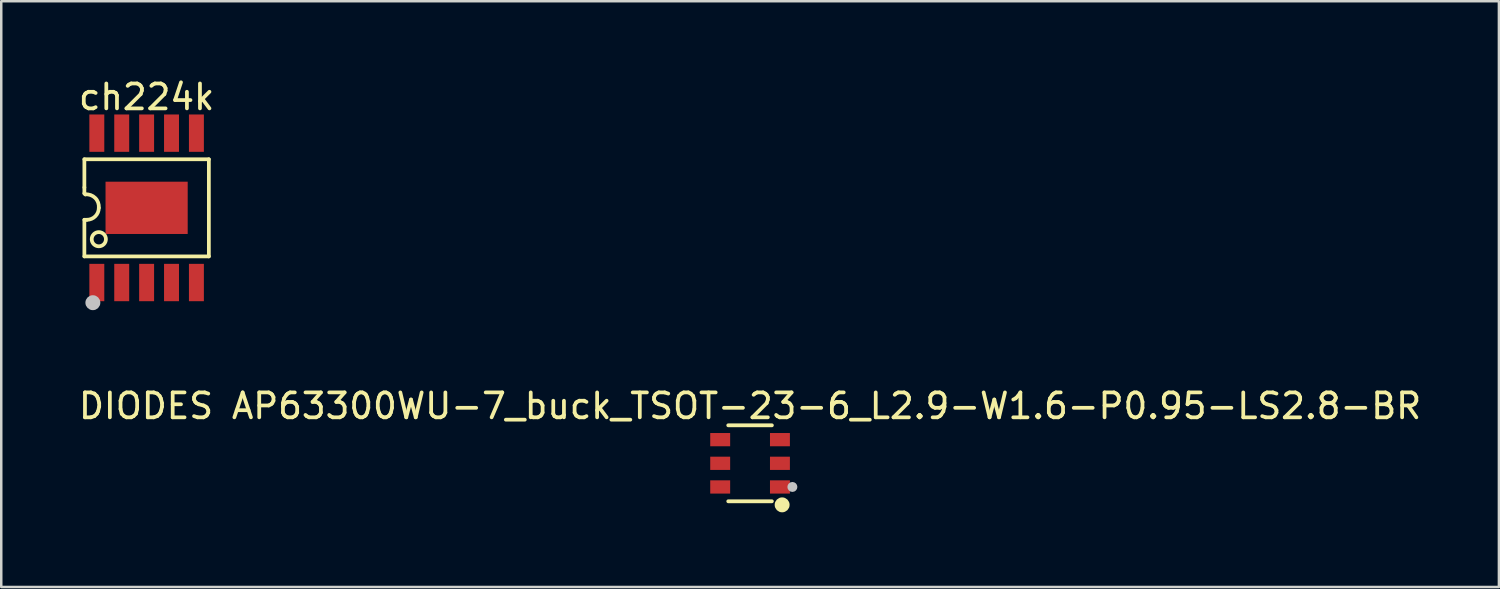
<source format=kicad_pcb>
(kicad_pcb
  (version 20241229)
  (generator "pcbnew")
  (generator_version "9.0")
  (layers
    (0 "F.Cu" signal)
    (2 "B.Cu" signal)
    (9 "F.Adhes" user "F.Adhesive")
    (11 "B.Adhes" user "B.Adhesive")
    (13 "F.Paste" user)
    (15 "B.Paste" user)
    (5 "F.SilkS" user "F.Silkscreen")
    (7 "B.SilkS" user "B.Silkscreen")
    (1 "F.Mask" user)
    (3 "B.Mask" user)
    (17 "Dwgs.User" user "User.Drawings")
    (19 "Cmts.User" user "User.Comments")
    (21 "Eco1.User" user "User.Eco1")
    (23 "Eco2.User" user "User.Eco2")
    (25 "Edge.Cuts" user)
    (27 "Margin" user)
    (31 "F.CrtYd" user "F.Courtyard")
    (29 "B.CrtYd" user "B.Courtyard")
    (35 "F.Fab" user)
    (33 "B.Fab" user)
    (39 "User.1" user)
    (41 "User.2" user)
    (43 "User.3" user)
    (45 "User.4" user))
  (footprint "ch224k"
    (layer "F.Cu")
    (at 2.839 5.298)
    (property "Reference" "ch224k" (at 0 -4.45 0) (layer "F.SilkS") (effects (font (size 1 1) (thickness 0.15))))
    (fp_line (start -2.5 -1.95) (end 2.5 -1.95) (stroke (width 0.15) (type default)) (layer "F.SilkS"))
    (fp_line (start -2.5 -0.82) (end -2.5 -1.95) (stroke (width 0.15) (type default)) (layer "F.SilkS"))
    (fp_line (start -2.5 -0.58) (end -2.5 -0.82) (stroke (width 0.15) (type default)) (layer "F.SilkS"))
    (fp_line (start -2.5 0.48) (end -2.4 0.48) (stroke (width 0.15) (type default)) (layer "F.SilkS"))
    (fp_line (start -2.5 1.95) (end -2.5 0.48) (stroke (width 0.15) (type default)) (layer "F.SilkS"))
    (fp_line (start -2.5 1.95) (end 2.5 1.95) (stroke (width 0.15) (type default)) (layer "F.SilkS"))
    (fp_line (start -2.46 -0.54) (end -2.5 -0.58) (stroke (width 0.15) (type default)) (layer "F.SilkS"))
    (fp_line (start 2.5 1.95) (end 2.5 -1.95) (stroke (width 0.15) (type default)) (layer "F.SilkS"))
    (fp_arc (start -2.46 -0.54) (mid -2.063898 -0.396102) (end -1.92 0) (stroke (width 0.15) (type default)) (layer "F.SilkS"))
    (fp_arc (start -1.92 0) (mid -2.060589 0.339411) (end -2.4 0.48) (stroke (width 0.15) (type default)) (layer "F.SilkS"))
    (fp_circle (center -1.92 1.26) (end -1.635 1.26) (stroke (width 0.15) (type default)) (fill no) (layer "F.SilkS"))
    (fp_circle (center -2.159 3.81) (end -2.009 3.81) (stroke (width 0.3) (type default)) (fill no) (layer "Dwgs.User"))
    (fp_poly (pts (xy -2.2 -2.38) (xy -2.2 -3) (xy -1.8 -3) (xy -1.8 -2.38)) (stroke (width 0.1) (type default)) (fill no) (layer "User.1"))
    (fp_poly (pts (xy -2.2 -1.94) (xy -2.2 -2.39) (xy -1.8 -2.39) (xy -1.8 -1.94)) (stroke (width 0.1) (type default)) (fill no) (layer "User.1"))
    (fp_poly (pts (xy -2.2 2.39) (xy -2.2 1.94) (xy -1.8 1.94) (xy -1.8 2.39)) (stroke (width 0.1) (type default)) (fill no) (layer "User.1"))
    (fp_poly (pts (xy -2.2 3) (xy -2.2 2.38) (xy -1.8 2.38) (xy -1.8 3)) (stroke (width 0.1) (type default)) (fill no) (layer "User.1"))
    (fp_poly (pts (xy -1.2 -2.38) (xy -1.2 -3) (xy -0.8 -3) (xy -0.8 -2.38)) (stroke (width 0.1) (type default)) (fill no) (layer "User.1"))
    (fp_poly (pts (xy -1.2 -1.94) (xy -1.2 -2.39) (xy -0.8 -2.39) (xy -0.8 -1.94)) (stroke (width 0.1) (type default)) (fill no) (layer "User.1"))
    (fp_poly (pts (xy -1.2 2.39) (xy -1.2 1.94) (xy -0.8 1.94) (xy -0.8 2.39)) (stroke (width 0.1) (type default)) (fill no) (layer "User.1"))
    (fp_poly (pts (xy -1.2 3) (xy -1.2 2.38) (xy -0.8 2.38) (xy -0.8 3)) (stroke (width 0.1) (type default)) (fill no) (layer "User.1"))
    (fp_poly (pts (xy -0.2 -2.38) (xy -0.2 -3) (xy 0.2 -3) (xy 0.2 -2.38)) (stroke (width 0.1) (type default)) (fill no) (layer "User.1"))
    (fp_poly (pts (xy -0.2 -1.94) (xy -0.2 -2.39) (xy 0.2 -2.39) (xy 0.2 -1.94)) (stroke (width 0.1) (type default)) (fill no) (layer "User.1"))
    (fp_poly (pts (xy -0.2 2.39) (xy -0.2 1.94) (xy 0.2 1.94) (xy 0.2 2.39)) (stroke (width 0.1) (type default)) (fill no) (layer "User.1"))
    (fp_poly (pts (xy -0.2 3) (xy -0.2 2.38) (xy 0.2 2.38) (xy 0.2 3)) (stroke (width 0.1) (type default)) (fill no) (layer "User.1"))
    (fp_poly (pts (xy 0.8 -2.38) (xy 0.8 -3) (xy 1.2 -3) (xy 1.2 -2.38)) (stroke (width 0.1) (type default)) (fill no) (layer "User.1"))
    (fp_poly (pts (xy 0.8 -1.94) (xy 0.8 -2.39) (xy 1.2 -2.39) (xy 1.2 -1.94)) (stroke (width 0.1) (type default)) (fill no) (layer "User.1"))
    (fp_poly (pts (xy 0.8 2.39) (xy 0.8 1.94) (xy 1.2 1.94) (xy 1.2 2.39)) (stroke (width 0.1) (type default)) (fill no) (layer "User.1"))
    (fp_poly (pts (xy 0.8 3) (xy 0.8 2.38) (xy 1.2 2.38) (xy 1.2 3)) (stroke (width 0.1) (type default)) (fill no) (layer "User.1"))
    (fp_poly (pts (xy 1.65 1.05) (xy -1.65 1.05) (xy -1.65 -1.05) (xy 1.65 -1.05)) (stroke (width 0.1) (type default)) (fill no) (layer "User.1"))
    (fp_poly (pts (xy 1.8 -2.38) (xy 1.8 -3) (xy 2.2 -3) (xy 2.2 -2.38)) (stroke (width 0.1) (type default)) (fill no) (layer "User.1"))
    (fp_poly (pts (xy 1.8 -1.94) (xy 1.8 -2.39) (xy 2.2 -2.39) (xy 2.2 -1.94)) (stroke (width 0.1) (type default)) (fill no) (layer "User.1"))
    (fp_poly (pts (xy 1.8 2.39) (xy 1.8 1.94) (xy 2.2 1.94) (xy 2.2 2.39)) (stroke (width 0.1) (type default)) (fill no) (layer "User.1"))
    (fp_poly (pts (xy 1.8 3) (xy 1.8 2.38) (xy 2.2 2.38) (xy 2.2 3)) (stroke (width 0.1) (type default)) (fill no) (layer "User.1"))
    (fp_line (start -2.45 -1.95) (end 2.45 -1.95) (stroke (width 0.051) (type default)) (layer "User.2"))
    (fp_line (start -2.45 1.95) (end -2.45 -1.95) (stroke (width 0.051) (type default)) (layer "User.2"))
    (fp_line (start 2.45 -1.95) (end 2.45 1.95) (stroke (width 0.051) (type default)) (layer "User.2"))
    (fp_line (start 2.45 1.95) (end -2.45 1.95) (stroke (width 0.051) (type default)) (layer "User.2"))
    (fp_poly (pts (xy -2.395 2.977) (xy -2.427 2.945) (xy -2.473 2.945) (xy -2.505 2.977) (xy -2.505 3.023) (xy -2.473 3.055) (xy -2.427 3.055) (xy -2.395 3.023)) (stroke (width 0.1) (type default)) (fill no) (layer "User.3"))
    (pad "1" smd rect (at -2 3 90) (size 1.5 0.6) (layers "F.Cu" "F.Mask" "F.Paste"))
    (pad "2" smd rect (at -1 3 90) (size 1.5 0.6) (layers "F.Cu" "F.Mask" "F.Paste"))
    (pad "3" smd rect (at 0 3 90) (size 1.5 0.6) (layers "F.Cu" "F.Mask" "F.Paste"))
    (pad "4" smd rect (at 1 3 90) (size 1.5 0.6) (layers "F.Cu" "F.Mask" "F.Paste"))
    (pad "5" smd rect (at 2 3 90) (size 1.5 0.6) (layers "F.Cu" "F.Mask" "F.Paste"))
    (pad "6" smd rect (at 2 -3 90) (size 1.5 0.6) (layers "F.Cu" "F.Mask" "F.Paste"))
    (pad "7" smd rect (at 1 -3 90) (size 1.5 0.6) (layers "F.Cu" "F.Mask" "F.Paste"))
    (pad "8" smd rect (at 0 -3 90) (size 1.5 0.6) (layers "F.Cu" "F.Mask" "F.Paste"))
    (pad "9" smd rect (at -1 -3 90) (size 1.5 0.6) (layers "F.Cu" "F.Mask" "F.Paste"))
    (pad "10" smd rect (at -2 -3 90) (size 1.5 0.6) (layers "F.Cu" "F.Mask" "F.Paste"))
    (pad "11" smd rect (at 0 0 180) (size 3.3 2.1) (layers "F.Cu" "F.Mask" "F.Paste")))
  (footprint "DIODES AP63300WU-7_buck_TSOT-23-6_L2.9-W1.6-P0.95-LS2.8-BR"
    (layer "F.Cu")
    (at 27.077 15.559)
    (property "Reference" "DIODES AP63300WU-7_buck_TSOT-23-6_L2.9-W1.6-P0.95-LS2.8-BR" (at 0 -2.302 0) (layer "F.SilkS") (effects (font (size 1 1) (thickness 0.15))))
    (fp_line (start 0.876 -1.526) (end -0.876 -1.526) (stroke (width 0.152) (type default)) (layer "F.SilkS"))
    (fp_line (start 0.876 1.526) (end -0.876 1.526) (stroke (width 0.152) (type default)) (layer "F.SilkS"))
    (fp_circle (center 1.288 1.669) (end 1.438 1.669) (stroke (width 0.3) (type default)) (fill no) (layer "F.SilkS"))
    (fp_circle (center 1.7 0.95) (end 1.8 0.95) (stroke (width 0.2) (type default)) (fill no) (layer "Dwgs.User"))
    (fp_poly (pts (xy -0.96 -0.75) (xy -0.96 -1.15) (xy -0.79 -1.15) (xy -0.79 -0.75)) (stroke (width 0.1) (type default)) (fill no) (layer "User.1"))
    (fp_poly (pts (xy -0.96 0.2) (xy -0.96 -0.2) (xy -0.79 -0.2) (xy -0.79 0.2)) (stroke (width 0.1) (type default)) (fill no) (layer "User.1"))
    (fp_poly (pts (xy -0.96 1.15) (xy -0.96 0.75) (xy -0.79 0.75) (xy -0.79 1.15)) (stroke (width 0.1) (type default)) (fill no) (layer "User.1"))
    (fp_poly (pts (xy -0.95 -0.75) (xy -0.95 -1.15) (xy -1.4 -1.15) (xy -1.4 -0.75)) (stroke (width 0.1) (type default)) (fill no) (layer "User.1"))
    (fp_poly (pts (xy -0.95 0.2) (xy -0.95 -0.2) (xy -1.4 -0.2) (xy -1.4 0.2)) (stroke (width 0.1) (type default)) (fill no) (layer "User.1"))
    (fp_poly (pts (xy -0.95 1.15) (xy -0.95 0.75) (xy -1.4 0.75) (xy -1.4 1.15)) (stroke (width 0.1) (type default)) (fill no) (layer "User.1"))
    (fp_poly (pts (xy 0.79 -0.75) (xy 0.79 -1.15) (xy 0.96 -1.15) (xy 0.96 -0.75)) (stroke (width 0.1) (type default)) (fill no) (layer "User.1"))
    (fp_poly (pts (xy 0.79 0.2) (xy 0.79 -0.2) (xy 0.96 -0.2) (xy 0.96 0.2)) (stroke (width 0.1) (type default)) (fill no) (layer "User.1"))
    (fp_poly (pts (xy 0.79 1.15) (xy 0.79 0.75) (xy 0.96 0.75) (xy 0.96 1.15)) (stroke (width 0.1) (type default)) (fill no) (layer "User.1"))
    (fp_poly (pts (xy 0.95 -0.75) (xy 0.95 -1.15) (xy 1.4 -1.15) (xy 1.4 -0.75)) (stroke (width 0.1) (type default)) (fill no) (layer "User.1"))
    (fp_poly (pts (xy 0.95 0.2) (xy 0.95 -0.2) (xy 1.4 -0.2) (xy 1.4 0.2)) (stroke (width 0.1) (type default)) (fill no) (layer "User.1"))
    (fp_poly (pts (xy 0.95 1.15) (xy 0.95 0.75) (xy 1.4 0.75) (xy 1.4 1.15)) (stroke (width 0.1) (type default)) (fill no) (layer "User.1"))
    (fp_line (start -0.8 -1.45) (end 0.8 -1.45) (stroke (width 0.051) (type default)) (layer "User.2"))
    (fp_line (start -0.8 1.45) (end -0.8 -1.45) (stroke (width 0.051) (type default)) (layer "User.2"))
    (fp_line (start 0.8 -1.45) (end 0.8 1.45) (stroke (width 0.051) (type default)) (layer "User.2"))
    (fp_line (start 0.8 1.45) (end -0.8 1.45) (stroke (width 0.051) (type default)) (layer "User.2"))
    (fp_poly (pts (xy 1.455 1.427) (xy 1.423 1.395) (xy 1.377 1.395) (xy 1.345 1.427) (xy 1.345 1.473) (xy 1.377 1.505) (xy 1.423 1.505) (xy 1.455 1.473)) (stroke (width 0.1) (type default)) (fill no) (layer "User.3"))
    (pad "1" smd rect (at 1.2 0.95) (size 0.8 0.532) (layers "F.Cu" "F.Mask" "F.Paste"))
    (pad "2" smd rect (at 1.2 0) (size 0.8 0.532) (layers "F.Cu" "F.Mask" "F.Paste"))
    (pad "3" smd rect (at 1.2 -0.95) (size 0.8 0.532) (layers "F.Cu" "F.Mask" "F.Paste"))
    (pad "4" smd rect (at -1.2 -0.95) (size 0.8 0.532) (layers "F.Cu" "F.Mask" "F.Paste"))
    (pad "5" smd rect (at -1.2 0) (size 0.8 0.532) (layers "F.Cu" "F.Mask" "F.Paste"))
    (pad "6" smd rect (at -1.2 0.95) (size 0.8 0.532) (layers "F.Cu" "F.Mask" "F.Paste")))
  (gr_rect
    (start -3 -3)
    (end 57.155 20.527)
    (stroke (width 0.1) (type default))
    (fill no)
    (layer "Edge.Cuts")))
</source>
